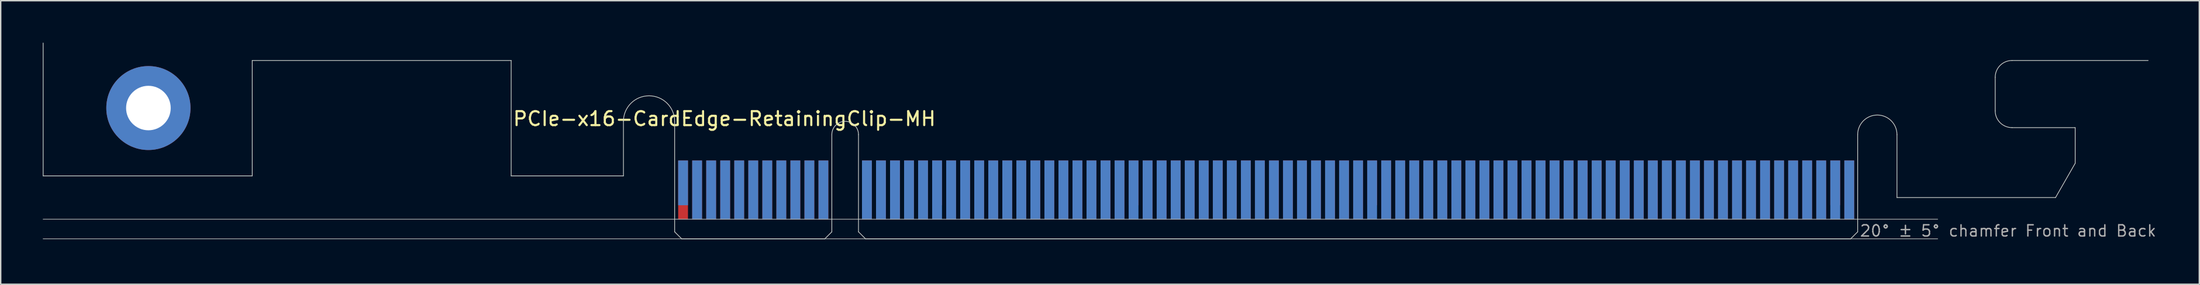
<source format=kicad_pcb>
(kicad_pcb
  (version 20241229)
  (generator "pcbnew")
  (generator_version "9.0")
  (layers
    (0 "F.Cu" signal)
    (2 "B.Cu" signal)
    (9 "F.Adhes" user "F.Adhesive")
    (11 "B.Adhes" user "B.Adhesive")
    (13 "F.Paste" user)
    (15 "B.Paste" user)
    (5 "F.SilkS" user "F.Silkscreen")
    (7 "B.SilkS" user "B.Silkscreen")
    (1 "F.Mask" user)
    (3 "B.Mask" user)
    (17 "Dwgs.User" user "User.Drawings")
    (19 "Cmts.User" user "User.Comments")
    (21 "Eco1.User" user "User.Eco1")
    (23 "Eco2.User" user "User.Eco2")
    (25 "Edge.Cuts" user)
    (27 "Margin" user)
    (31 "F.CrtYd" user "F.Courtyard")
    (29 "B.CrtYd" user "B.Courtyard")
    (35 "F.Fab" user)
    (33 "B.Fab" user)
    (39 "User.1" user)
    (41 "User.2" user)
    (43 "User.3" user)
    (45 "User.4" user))
  (footprint "PCIe-x16-CardEdge-RetainingClip-MH"
    (layer "F.Cu")
    (at 45.025 14.025)
    (property "Reference" "PCIe-x16-CardEdge-RetainingClip-MH" (at -11.6 -8 0) (layer "F.SilkS") (effects (font (size 1 1) (thickness 0.15)) (justify left bottom)))
    (attr exclude_from_pos_files exclude_from_bom)
    (fp_poly (pts (xy -3.65 -4.5) (xy -11.65 -4.5) (xy -11.65 -7.95) (xy -3.65 -7.95)) (stroke (width 0.1) (type solid)) (fill yes) (layer "F.Mask"))
    (fp_poly (pts (xy 11.2 -5.45) (xy 0 -5.45) (xy 0 0) (xy 11.2 0)) (stroke (width 0.1) (type solid)) (fill yes) (layer "F.Mask"))
    (fp_poly (pts (xy 84.3 -5.45) (xy 13.1 -5.45) (xy 13.1 0) (xy 84.3 0)) (stroke (width 0.1) (type solid)) (fill yes) (layer "F.Mask"))
    (fp_poly (pts (xy 99.8 -5.4) (xy 98.4 -2.95) (xy 87.1 -2.95) (xy 87.1 -7.95) (xy 99.8 -7.95)) (stroke (width 0.1) (type solid)) (fill yes) (layer "F.Mask"))
    (fp_poly (pts (xy -3.65 -7.95) (xy -11.65 -7.95) (xy -11.65 -4.5) (xy -3.65 -4.5)) (stroke (width 0.1) (type solid)) (fill yes) (layer "B.Mask"))
    (fp_poly (pts (xy 11.2 0) (xy 0 0) (xy 0 -5.45) (xy 11.2 -5.45)) (stroke (width 0.1) (type solid)) (fill yes) (layer "B.Mask"))
    (fp_poly (pts (xy 84.3 -5.45) (xy 13.1 -5.45) (xy 13.1 0) (xy 84.3 0)) (stroke (width 0.1) (type solid)) (fill yes) (layer "B.Mask"))
    (fp_poly (pts (xy 99.8 -5.4) (xy 98.4 -2.95) (xy 87.1 -2.95) (xy 87.1 -7.95) (xy 99.8 -7.95)) (stroke (width 0.1) (type solid)) (fill yes) (layer "B.Mask"))
    (fp_line (start -45 -4.5) (end -45 -14) (stroke (width 0.05) (type solid)) (layer "Edge.Cuts"))
    (fp_line (start -30.1 -12.75) (end -30.1 -4.5) (stroke (width 0.05) (type solid)) (layer "Edge.Cuts"))
    (fp_line (start -30.1 -4.5) (end -45 -4.5) (stroke (width 0.05) (type solid)) (layer "Edge.Cuts"))
    (fp_line (start -11.65 -12.75) (end -30.1 -12.75) (stroke (width 0.05) (type solid)) (layer "Edge.Cuts"))
    (fp_line (start -11.65 -4.5) (end -11.65 -12.75) (stroke (width 0.05) (type solid)) (layer "Edge.Cuts"))
    (fp_line (start -3.65 -4.5) (end -11.65 -4.5) (stroke (width 0.05) (type solid)) (layer "Edge.Cuts"))
    (fp_line (start -3.65 -4.5) (end -3.65 -8.4) (stroke (width 0.05) (type solid)) (layer "Edge.Cuts"))
    (fp_line (start 0 -0.5) (end 0 -8.4) (stroke (width 0.05) (type solid)) (layer "Edge.Cuts"))
    (fp_line (start 0.5 0) (end 0 -0.5) (stroke (width 0.05) (type solid)) (layer "Edge.Cuts"))
    (fp_line (start 0.5 0) (end 10.7 0) (stroke (width 0.05) (type solid)) (layer "Edge.Cuts"))
    (fp_line (start 10.7 0) (end 11.2 -0.5) (stroke (width 0.05) (type solid)) (layer "Edge.Cuts"))
    (fp_line (start 11.2 -0.5) (end 11.2 -7.45) (stroke (width 0.05) (type solid)) (layer "Edge.Cuts"))
    (fp_line (start 13.1 -0.5) (end 13.1 -7.45) (stroke (width 0.05) (type solid)) (layer "Edge.Cuts"))
    (fp_line (start 13.6 0) (end 13.1 -0.5) (stroke (width 0.05) (type solid)) (layer "Edge.Cuts"))
    (fp_line (start 83.8 0) (end 13.6 0) (stroke (width 0.05) (type solid)) (layer "Edge.Cuts"))
    (fp_line (start 83.8 0) (end 84.3 -0.5) (stroke (width 0.05) (type solid)) (layer "Edge.Cuts"))
    (fp_line (start 84.3 -0.5) (end 84.3 -7.45) (stroke (width 0.05) (type solid)) (layer "Edge.Cuts"))
    (fp_line (start 87.1 -7.45) (end 87.1 -2.95) (stroke (width 0.05) (type solid)) (layer "Edge.Cuts"))
    (fp_line (start 87.1 -2.95) (end 98.4 -2.95) (stroke (width 0.05) (type solid)) (layer "Edge.Cuts"))
    (fp_line (start 94.1 -11.55) (end 94.1 -9.15) (stroke (width 0.05) (type solid)) (layer "Edge.Cuts"))
    (fp_line (start 95.3 -12.75) (end 105 -12.75) (stroke (width 0.05) (type solid)) (layer "Edge.Cuts"))
    (fp_line (start 98.4 -2.95) (end 99.8 -5.4) (stroke (width 0.05) (type solid)) (layer "Edge.Cuts"))
    (fp_line (start 99.8 -7.95) (end 95.3 -7.95) (stroke (width 0.05) (type solid)) (layer "Edge.Cuts"))
    (fp_line (start 99.8 -5.4) (end 99.8 -7.95) (stroke (width 0.05) (type solid)) (layer "Edge.Cuts"))
    (fp_arc (start -3.65 -8.4) (mid -1.825 -10.225) (end 0 -8.4) (stroke (width 0.05) (type solid)) (layer "Edge.Cuts"))
    (fp_arc (start 11.2 -7.45) (mid 12.15 -8.4) (end 13.1 -7.45) (stroke (width 0.05) (type solid)) (layer "Edge.Cuts"))
    (fp_arc (start 84.3 -7.45) (mid 85.7 -8.85) (end 87.1 -7.45) (stroke (width 0.05) (type solid)) (layer "Edge.Cuts"))
    (fp_arc (start 94.1 -11.55) (mid 94.451472 -12.398528) (end 95.3 -12.75) (stroke (width 0.05) (type solid)) (layer "Edge.Cuts"))
    (fp_arc (start 95.3 -7.95) (mid 94.451472 -8.301472) (end 94.1 -9.15) (stroke (width 0.05) (type solid)) (layer "Edge.Cuts"))
    (fp_line (start -45 -1.4) (end 90 -1.4) (stroke (width 0.05) (type solid)) (layer "F.Fab"))
    (fp_line (start -45 0) (end 90 0) (stroke (width 0.05) (type solid)) (layer "F.Fab"))
    (fp_text user "20° ± 5° chamfer Front and Back" (at 84.4 -0.1 0) (layer "F.Fab") (effects (font (size 0.8 0.8) (thickness 0.1)) (justify left bottom)))
    (pad "A1" smd rect (at 0.6 -4) (size 0.7 3.2) (layers "B.Cu"))
    (pad "A2" smd rect (at 1.6 -3.5) (size 0.7 4.2) (layers "B.Cu"))
    (pad "A3" smd rect (at 2.6 -3.5) (size 0.7 4.2) (layers "B.Cu"))
    (pad "A4" smd rect (at 3.6 -3.5) (size 0.7 4.2) (layers "B.Cu"))
    (pad "A5" smd rect (at 4.6 -3.5) (size 0.7 4.2) (layers "B.Cu"))
    (pad "A6" smd rect (at 5.6 -3.5) (size 0.7 4.2) (layers "B.Cu"))
    (pad "A7" smd rect (at 6.6 -3.5) (size 0.7 4.2) (layers "B.Cu"))
    (pad "A8" smd rect (at 7.6 -3.5) (size 0.7 4.2) (layers "B.Cu"))
    (pad "A9" smd rect (at 8.6 -3.5) (size 0.7 4.2) (layers "B.Cu"))
    (pad "A10" smd rect (at 9.6 -3.5) (size 0.7 4.2) (layers "B.Cu"))
    (pad "A11" smd rect (at 10.6 -3.5) (size 0.7 4.2) (layers "B.Cu"))
    (pad "A12" smd rect (at 13.7 -3.5) (size 0.7 4.2) (layers "B.Cu"))
    (pad "A13" smd rect (at 14.7 -3.5) (size 0.7 4.2) (layers "B.Cu"))
    (pad "A14" smd rect (at 15.7 -3.5) (size 0.7 4.2) (layers "B.Cu"))
    (pad "A15" smd rect (at 16.7 -3.5) (size 0.7 4.2) (layers "B.Cu"))
    (pad "A16" smd rect (at 17.7 -3.5) (size 0.7 4.2) (layers "B.Cu"))
    (pad "A17" smd rect (at 18.7 -3.5) (size 0.7 4.2) (layers "B.Cu"))
    (pad "A18" smd rect (at 19.7 -3.5) (size 0.7 4.2) (layers "B.Cu"))
    (pad "A19" smd rect (at 20.7 -3.5) (size 0.7 4.2) (layers "B.Cu"))
    (pad "A20" smd rect (at 21.7 -3.5) (size 0.7 4.2) (layers "B.Cu"))
    (pad "A21" smd rect (at 22.7 -3.5) (size 0.7 4.2) (layers "B.Cu"))
    (pad "A22" smd rect (at 23.7 -3.5) (size 0.7 4.2) (layers "B.Cu"))
    (pad "A23" smd rect (at 24.7 -3.5) (size 0.7 4.2) (layers "B.Cu"))
    (pad "A24" smd rect (at 25.7 -3.5) (size 0.7 4.2) (layers "B.Cu"))
    (pad "A25" smd rect (at 26.7 -3.5) (size 0.7 4.2) (layers "B.Cu"))
    (pad "A26" smd rect (at 27.7 -3.5) (size 0.7 4.2) (layers "B.Cu"))
    (pad "A27" smd rect (at 28.7 -3.5) (size 0.7 4.2) (layers "B.Cu"))
    (pad "A28" smd rect (at 29.7 -3.5) (size 0.7 4.2) (layers "B.Cu"))
    (pad "A29" smd rect (at 30.7 -3.5) (size 0.7 4.2) (layers "B.Cu"))
    (pad "A30" smd rect (at 31.7 -3.5) (size 0.7 4.2) (layers "B.Cu"))
    (pad "A31" smd rect (at 32.7 -3.5) (size 0.7 4.2) (layers "B.Cu"))
    (pad "A32" smd rect (at 33.7 -3.5) (size 0.7 4.2) (layers "B.Cu"))
    (pad "A33" smd rect (at 34.7 -3.5) (size 0.7 4.2) (layers "B.Cu"))
    (pad "A34" smd rect (at 35.7 -3.5) (size 0.7 4.2) (layers "B.Cu"))
    (pad "A35" smd rect (at 36.7 -3.5) (size 0.7 4.2) (layers "B.Cu"))
    (pad "A36" smd rect (at 37.7 -3.5) (size 0.7 4.2) (layers "B.Cu"))
    (pad "A37" smd rect (at 38.7 -3.5) (size 0.7 4.2) (layers "B.Cu"))
    (pad "A38" smd rect (at 39.7 -3.5) (size 0.7 4.2) (layers "B.Cu"))
    (pad "A39" smd rect (at 40.7 -3.5) (size 0.7 4.2) (layers "B.Cu"))
    (pad "A40" smd rect (at 41.7 -3.5) (size 0.7 4.2) (layers "B.Cu"))
    (pad "A41" smd rect (at 42.7 -3.5) (size 0.7 4.2) (layers "B.Cu"))
    (pad "A42" smd rect (at 43.7 -3.5) (size 0.7 4.2) (layers "B.Cu"))
    (pad "A43" smd rect (at 44.7 -3.5) (size 0.7 4.2) (layers "B.Cu"))
    (pad "A44" smd rect (at 45.7 -3.5) (size 0.7 4.2) (layers "B.Cu"))
    (pad "A45" smd rect (at 46.7 -3.5) (size 0.7 4.2) (layers "B.Cu"))
    (pad "A46" smd rect (at 47.7 -3.5) (size 0.7 4.2) (layers "B.Cu"))
    (pad "A47" smd rect (at 48.7 -3.5) (size 0.7 4.2) (layers "B.Cu"))
    (pad "A48" smd rect (at 49.7 -3.5) (size 0.7 4.2) (layers "B.Cu"))
    (pad "A49" smd rect (at 50.7 -3.5) (size 0.7 4.2) (layers "B.Cu"))
    (pad "A50" smd rect (at 51.7 -3.5) (size 0.7 4.2) (layers "B.Cu"))
    (pad "A51" smd rect (at 52.7 -3.5) (size 0.7 4.2) (layers "B.Cu"))
    (pad "A52" smd rect (at 53.7 -3.5) (size 0.7 4.2) (layers "B.Cu"))
    (pad "A53" smd rect (at 54.7 -3.5) (size 0.7 4.2) (layers "B.Cu"))
    (pad "A54" smd rect (at 55.7 -3.5) (size 0.7 4.2) (layers "B.Cu"))
    (pad "A55" smd rect (at 56.7 -3.5) (size 0.7 4.2) (layers "B.Cu"))
    (pad "A56" smd rect (at 57.7 -3.5) (size 0.7 4.2) (layers "B.Cu"))
    (pad "A57" smd rect (at 58.7 -3.5) (size 0.7 4.2) (layers "B.Cu"))
    (pad "A58" smd rect (at 59.7 -3.5) (size 0.7 4.2) (layers "B.Cu"))
    (pad "A59" smd rect (at 60.7 -3.5) (size 0.7 4.2) (layers "B.Cu"))
    (pad "A60" smd rect (at 61.7 -3.5) (size 0.7 4.2) (layers "B.Cu"))
    (pad "A61" smd rect (at 62.7 -3.5) (size 0.7 4.2) (layers "B.Cu"))
    (pad "A62" smd rect (at 63.7 -3.5) (size 0.7 4.2) (layers "B.Cu"))
    (pad "A63" smd rect (at 64.7 -3.5) (size 0.7 4.2) (layers "B.Cu"))
    (pad "A64" smd rect (at 65.7 -3.5) (size 0.7 4.2) (layers "B.Cu"))
    (pad "A65" smd rect (at 66.7 -3.5) (size 0.7 4.2) (layers "B.Cu"))
    (pad "A66" smd rect (at 67.7 -3.5) (size 0.7 4.2) (layers "B.Cu"))
    (pad "A67" smd rect (at 68.7 -3.5) (size 0.7 4.2) (layers "B.Cu"))
    (pad "A68" smd rect (at 69.7 -3.5) (size 0.7 4.2) (layers "B.Cu"))
    (pad "A69" smd rect (at 70.7 -3.5) (size 0.7 4.2) (layers "B.Cu"))
    (pad "A70" smd rect (at 71.7 -3.5) (size 0.7 4.2) (layers "B.Cu"))
    (pad "A71" smd rect (at 72.7 -3.5) (size 0.7 4.2) (layers "B.Cu"))
    (pad "A72" smd rect (at 73.7 -3.5) (size 0.7 4.2) (layers "B.Cu"))
    (pad "A73" smd rect (at 74.7 -3.5) (size 0.7 4.2) (layers "B.Cu"))
    (pad "A74" smd rect (at 75.7 -3.5) (size 0.7 4.2) (layers "B.Cu"))
    (pad "A75" smd rect (at 76.7 -3.5) (size 0.7 4.2) (layers "B.Cu"))
    (pad "A76" smd rect (at 77.7 -3.5) (size 0.7 4.2) (layers "B.Cu"))
    (pad "A77" smd rect (at 78.7 -3.5) (size 0.7 4.2) (layers "B.Cu"))
    (pad "A78" smd rect (at 79.7 -3.5) (size 0.7 4.2) (layers "B.Cu"))
    (pad "A79" smd rect (at 80.7 -3.5) (size 0.7 4.2) (layers "B.Cu"))
    (pad "A80" smd rect (at 81.7 -3.5) (size 0.7 4.2) (layers "B.Cu"))
    (pad "A81" smd rect (at 82.7 -3.5) (size 0.7 4.2) (layers "B.Cu"))
    (pad "A82" smd rect (at 83.7 -3.5) (size 0.7 4.2) (layers "B.Cu"))
    (pad "B1" smd rect (at 0.6 -3.5) (size 0.7 4.2) (layers "F.Cu"))
    (pad "B2" smd rect (at 1.6 -3.5) (size 0.7 4.2) (layers "F.Cu"))
    (pad "B3" smd rect (at 2.6 -3.5) (size 0.7 4.2) (layers "F.Cu"))
    (pad "B4" smd rect (at 3.6 -3.5) (size 0.7 4.2) (layers "F.Cu"))
    (pad "B5" smd rect (at 4.6 -3.5) (size 0.7 4.2) (layers "F.Cu"))
    (pad "B6" smd rect (at 5.6 -3.5) (size 0.7 4.2) (layers "F.Cu"))
    (pad "B7" smd rect (at 6.6 -3.5) (size 0.7 4.2) (layers "F.Cu"))
    (pad "B8" smd rect (at 7.6 -3.5) (size 0.7 4.2) (layers "F.Cu"))
    (pad "B9" smd rect (at 8.6 -3.5) (size 0.7 4.2) (layers "F.Cu"))
    (pad "B10" smd rect (at 9.6 -3.5) (size 0.7 4.2) (layers "F.Cu"))
    (pad "B11" smd rect (at 10.6 -3.5) (size 0.7 4.2) (layers "F.Cu"))
    (pad "B12" smd rect (at 13.7 -3.5) (size 0.7 4.2) (layers "F.Cu"))
    (pad "B13" smd rect (at 14.7 -3.5) (size 0.7 4.2) (layers "F.Cu"))
    (pad "B14" smd rect (at 15.7 -3.5) (size 0.7 4.2) (layers "F.Cu"))
    (pad "B15" smd rect (at 16.7 -3.5) (size 0.7 4.2) (layers "F.Cu"))
    (pad "B16" smd rect (at 17.7 -3.5) (size 0.7 4.2) (layers "F.Cu"))
    (pad "B17" smd rect (at 18.7 -4) (size 0.7 3.2) (layers "F.Cu"))
    (pad "B18" smd rect (at 19.7 -3.5) (size 0.7 4.2) (layers "F.Cu"))
    (pad "B19" smd rect (at 20.7 -3.5) (size 0.7 4.2) (layers "F.Cu"))
    (pad "B20" smd rect (at 21.7 -3.5) (size 0.7 4.2) (layers "F.Cu"))
    (pad "B21" smd rect (at 22.7 -3.5) (size 0.7 4.2) (layers "F.Cu"))
    (pad "B22" smd rect (at 23.7 -3.5) (size 0.7 4.2) (layers "F.Cu"))
    (pad "B23" smd rect (at 24.7 -3.5) (size 0.7 4.2) (layers "F.Cu"))
    (pad "B24" smd rect (at 25.7 -3.5) (size 0.7 4.2) (layers "F.Cu"))
    (pad "B25" smd rect (at 26.7 -3.5) (size 0.7 4.2) (layers "F.Cu"))
    (pad "B26" smd rect (at 27.7 -3.5) (size 0.7 4.2) (layers "F.Cu"))
    (pad "B27" smd rect (at 28.7 -3.5) (size 0.7 4.2) (layers "F.Cu"))
    (pad "B28" smd rect (at 29.7 -3.5) (size 0.7 4.2) (layers "F.Cu"))
    (pad "B29" smd rect (at 30.7 -3.5) (size 0.7 4.2) (layers "F.Cu"))
    (pad "B30" smd rect (at 31.7 -3.5) (size 0.7 4.2) (layers "F.Cu"))
    (pad "B31" smd rect (at 32.7 -4) (size 0.7 3.2) (layers "F.Cu"))
    (pad "B32" smd rect (at 33.7 -3.5) (size 0.7 4.2) (layers "F.Cu"))
    (pad "B33" smd rect (at 34.7 -3.5) (size 0.7 4.2) (layers "F.Cu"))
    (pad "B34" smd rect (at 35.7 -3.5) (size 0.7 4.2) (layers "F.Cu"))
    (pad "B35" smd rect (at 36.7 -3.5) (size 0.7 4.2) (layers "F.Cu"))
    (pad "B36" smd rect (at 37.7 -3.5) (size 0.7 4.2) (layers "F.Cu"))
    (pad "B37" smd rect (at 38.7 -3.5) (size 0.7 4.2) (layers "F.Cu"))
    (pad "B38" smd rect (at 39.7 -3.5) (size 0.7 4.2) (layers "F.Cu"))
    (pad "B39" smd rect (at 40.7 -3.5) (size 0.7 4.2) (layers "F.Cu"))
    (pad "B40" smd rect (at 41.7 -3.5) (size 0.7 4.2) (layers "F.Cu"))
    (pad "B41" smd rect (at 42.7 -3.5) (size 0.7 4.2) (layers "F.Cu"))
    (pad "B42" smd rect (at 43.7 -3.5) (size 0.7 4.2) (layers "F.Cu"))
    (pad "B43" smd rect (at 44.7 -3.5) (size 0.7 4.2) (layers "F.Cu"))
    (pad "B44" smd rect (at 45.7 -3.5) (size 0.7 4.2) (layers "F.Cu"))
    (pad "B45" smd rect (at 46.7 -3.5) (size 0.7 4.2) (layers "F.Cu"))
    (pad "B46" smd rect (at 47.7 -3.5) (size 0.7 4.2) (layers "F.Cu"))
    (pad "B47" smd rect (at 48.7 -3.5) (size 0.7 4.2) (layers "F.Cu"))
    (pad "B48" smd rect (at 49.7 -4) (size 0.7 3.2) (layers "F.Cu"))
    (pad "B49" smd rect (at 50.7 -3.5) (size 0.7 4.2) (layers "F.Cu"))
    (pad "B50" smd rect (at 51.7 -3.5) (size 0.7 4.2) (layers "F.Cu"))
    (pad "B51" smd rect (at 52.7 -3.5) (size 0.7 4.2) (layers "F.Cu"))
    (pad "B52" smd rect (at 53.7 -3.5) (size 0.7 4.2) (layers "F.Cu"))
    (pad "B53" smd rect (at 54.7 -3.5) (size 0.7 4.2) (layers "F.Cu"))
    (pad "B54" smd rect (at 55.7 -3.5) (size 0.7 4.2) (layers "F.Cu"))
    (pad "B55" smd rect (at 56.7 -3.5) (size 0.7 4.2) (layers "F.Cu"))
    (pad "B56" smd rect (at 57.7 -3.5) (size 0.7 4.2) (layers "F.Cu"))
    (pad "B57" smd rect (at 58.7 -3.5) (size 0.7 4.2) (layers "F.Cu"))
    (pad "B58" smd rect (at 59.7 -3.5) (size 0.7 4.2) (layers "F.Cu"))
    (pad "B59" smd rect (at 60.7 -3.5) (size 0.7 4.2) (layers "F.Cu"))
    (pad "B60" smd rect (at 61.7 -3.5) (size 0.7 4.2) (layers "F.Cu"))
    (pad "B61" smd rect (at 62.7 -3.5) (size 0.7 4.2) (layers "F.Cu"))
    (pad "B62" smd rect (at 63.7 -3.5) (size 0.7 4.2) (layers "F.Cu"))
    (pad "B63" smd rect (at 64.7 -3.5) (size 0.7 4.2) (layers "F.Cu"))
    (pad "B64" smd rect (at 65.7 -3.5) (size 0.7 4.2) (layers "F.Cu"))
    (pad "B65" smd rect (at 66.7 -3.5) (size 0.7 4.2) (layers "F.Cu"))
    (pad "B66" smd rect (at 67.7 -3.5) (size 0.7 4.2) (layers "F.Cu"))
    (pad "B67" smd rect (at 68.7 -3.5) (size 0.7 4.2) (layers "F.Cu"))
    (pad "B68" smd rect (at 69.7 -3.5) (size 0.7 4.2) (layers "F.Cu"))
    (pad "B69" smd rect (at 70.7 -3.5) (size 0.7 4.2) (layers "F.Cu"))
    (pad "B70" smd rect (at 71.7 -3.5) (size 0.7 4.2) (layers "F.Cu"))
    (pad "B71" smd rect (at 72.7 -3.5) (size 0.7 4.2) (layers "F.Cu"))
    (pad "B72" smd rect (at 73.7 -3.5) (size 0.7 4.2) (layers "F.Cu"))
    (pad "B73" smd rect (at 74.7 -3.5) (size 0.7 4.2) (layers "F.Cu"))
    (pad "B74" smd rect (at 75.7 -3.5) (size 0.7 4.2) (layers "F.Cu"))
    (pad "B75" smd rect (at 76.7 -3.5) (size 0.7 4.2) (layers "F.Cu"))
    (pad "B76" smd rect (at 77.7 -3.5) (size 0.7 4.2) (layers "F.Cu"))
    (pad "B77" smd rect (at 78.7 -3.5) (size 0.7 4.2) (layers "F.Cu"))
    (pad "B78" smd rect (at 79.7 -3.5) (size 0.7 4.2) (layers "F.Cu"))
    (pad "B79" smd rect (at 80.7 -3.5) (size 0.7 4.2) (layers "F.Cu"))
    (pad "B80" smd rect (at 81.7 -3.5) (size 0.7 4.2) (layers "F.Cu"))
    (pad "B81" smd rect (at 82.7 -4) (size 0.7 3.2) (layers "F.Cu"))
    (pad "B82" smd rect (at 83.7 -3.5) (size 0.7 4.2) (layers "F.Cu"))
    (pad "GND" thru_hole circle (at -37.5 -9.35) (size 6 6) (drill 3.18) (layers "*.Cu" "*.Mask")))
  (gr_rect
    (start -3 -3)
    (end 153.67 17.275)
    (stroke (width 0.1) (type default))
    (fill no)
    (layer "Edge.Cuts")))
</source>
